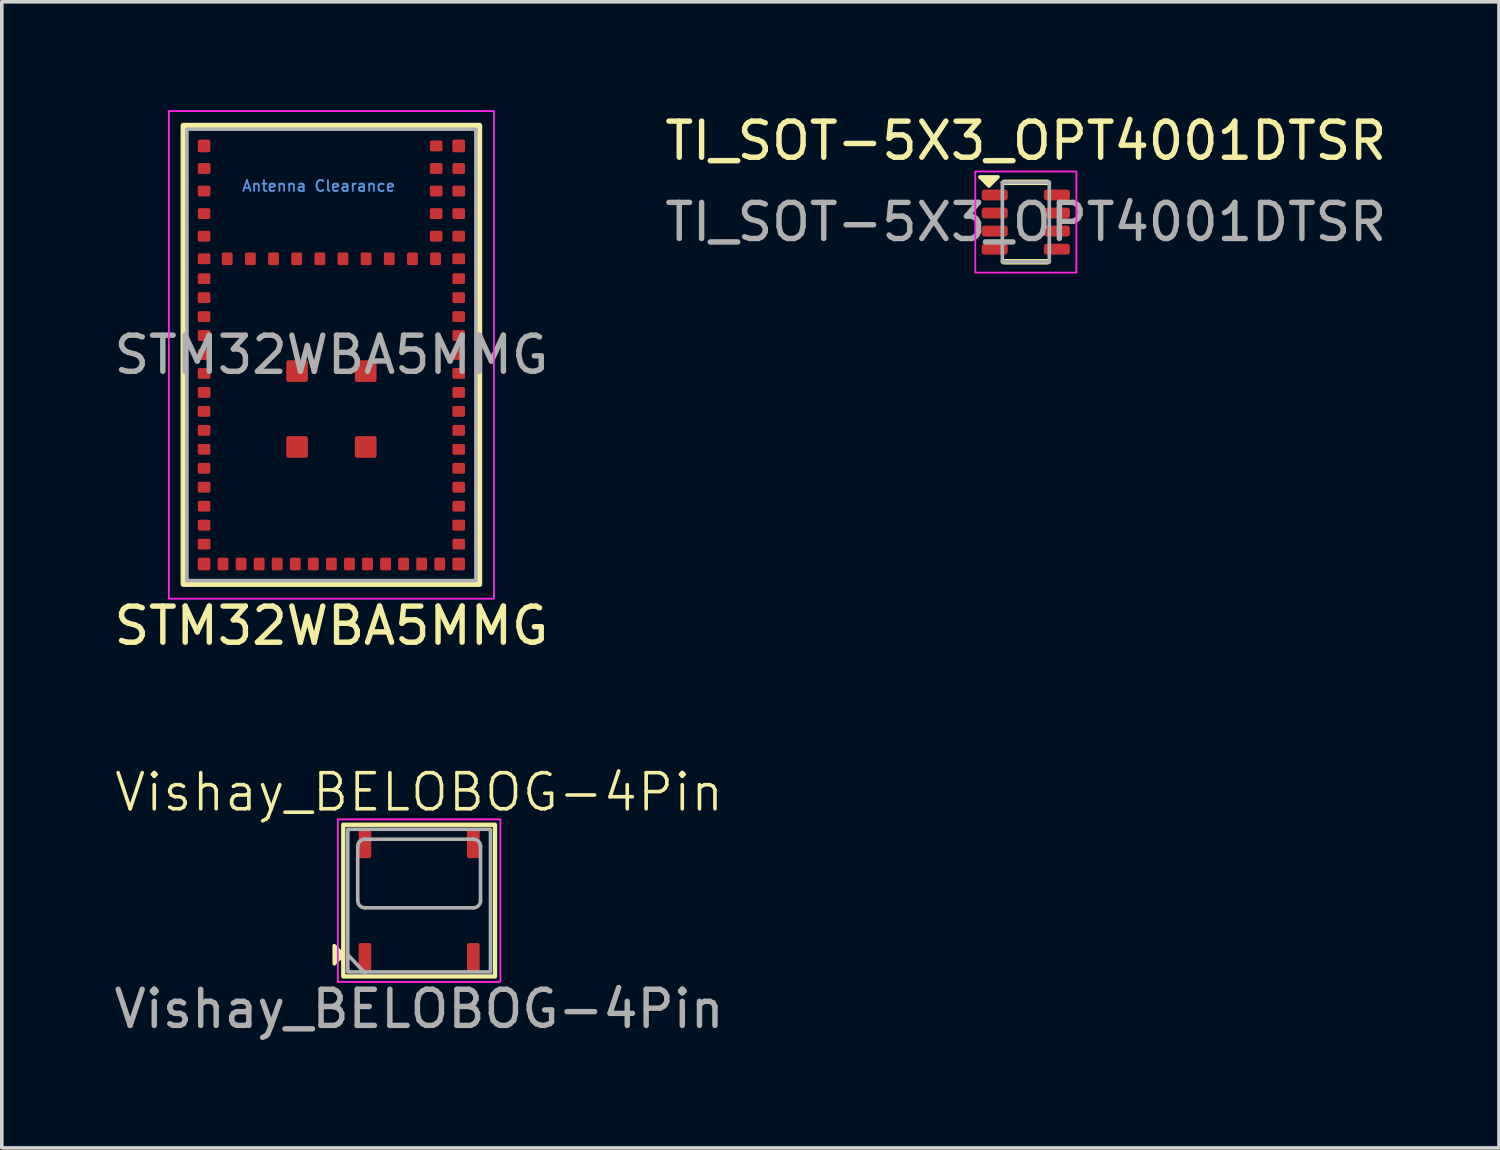
<source format=kicad_pcb>
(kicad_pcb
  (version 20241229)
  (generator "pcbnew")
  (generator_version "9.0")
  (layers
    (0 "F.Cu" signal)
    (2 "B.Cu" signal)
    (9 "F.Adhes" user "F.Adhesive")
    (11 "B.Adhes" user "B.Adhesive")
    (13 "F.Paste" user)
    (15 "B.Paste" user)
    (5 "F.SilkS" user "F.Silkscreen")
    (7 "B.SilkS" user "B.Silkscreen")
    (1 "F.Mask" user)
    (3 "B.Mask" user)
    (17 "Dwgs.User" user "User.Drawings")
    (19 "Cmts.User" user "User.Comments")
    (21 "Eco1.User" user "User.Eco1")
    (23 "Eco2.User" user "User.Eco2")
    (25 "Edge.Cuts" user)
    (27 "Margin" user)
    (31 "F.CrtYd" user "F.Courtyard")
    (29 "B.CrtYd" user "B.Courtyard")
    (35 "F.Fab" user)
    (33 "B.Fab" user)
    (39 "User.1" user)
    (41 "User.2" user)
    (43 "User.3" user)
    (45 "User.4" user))
  (footprint "STM32WBA5MMG"
    (layer "F.Cu")
    (at 6.125 6.775)
    (property "Reference" "STM32WBA5MMG" (at 0 7.5 0) (unlocked yes) (layer "F.SilkS") (effects (font (size 1 1) (thickness 0.15))))
    (attr smd)
    (fp_rect (start -4.1 -6.35) (end 4.1 6.35) (stroke (width 0.15) (type solid)) (fill no) (layer "F.SilkS"))
    (fp_rect (start -4.5 -6.75) (end 4.5 6.75) (stroke (width 0.05) (type solid)) (fill no) (layer "F.CrtYd"))
    (fp_rect (start -4 -6.25) (end 4 6.25) (stroke (width 0.1) (type solid)) (fill no) (layer "F.Fab"))
    (fp_text user "Antenna Clearance" (at -2.5 -4.5 0) (unlocked yes) (layer "Cmts.User") (effects (font (size 0.3 0.3) (thickness 0.05) (bold yes)) (justify left bottom)))
    (fp_text user "${REFERENCE}" (at 0 0 0) (unlocked yes) (layer "F.Fab") (effects (font (size 1 1) (thickness 0.15))))
    (pad "1" smd roundrect (at -3.525 -5.785) (size 0.35 0.35) (layers "F.Cu" "F.Mask" "F.Paste") (roundrect_rratio 0.15))
    (pad "2" smd roundrect (at -3.525 -5.16) (size 0.35 0.3) (layers "F.Cu" "F.Mask" "F.Paste") (roundrect_rratio 0.15))
    (pad "3" smd roundrect (at -3.525 -4.535) (size 0.35 0.3) (layers "F.Cu" "F.Mask" "F.Paste") (roundrect_rratio 0.15))
    (pad "4" smd roundrect (at -3.525 -3.91) (size 0.35 0.3) (layers "F.Cu" "F.Mask" "F.Paste") (roundrect_rratio 0.15))
    (pad "5" smd roundrect (at -3.525 -3.285) (size 0.35 0.3) (layers "F.Cu" "F.Mask" "F.Paste") (roundrect_rratio 0.15))
    (pad "6" smd roundrect (at -3.525 -2.66) (size 0.35 0.3) (layers "F.Cu" "F.Mask" "F.Paste") (roundrect_rratio 0.15))
    (pad "7" smd roundrect (at -3.525 -2.11) (size 0.35 0.3) (layers "F.Cu" "F.Mask" "F.Paste") (roundrect_rratio 0.15))
    (pad "8" smd roundrect (at -3.525 -1.585) (size 0.35 0.3) (layers "F.Cu" "F.Mask" "F.Paste") (roundrect_rratio 0.15))
    (pad "9" smd roundrect (at -3.525 -1.06) (size 0.35 0.3) (layers "F.Cu" "F.Mask" "F.Paste") (roundrect_rratio 0.15))
    (pad "10" smd roundrect (at -3.525 -0.535) (size 0.35 0.3) (layers "F.Cu" "F.Mask" "F.Paste") (roundrect_rratio 0.15))
    (pad "11" smd roundrect (at -3.525 -0.01) (size 0.35 0.3) (layers "F.Cu" "F.Mask" "F.Paste") (roundrect_rratio 0.15))
    (pad "12" smd roundrect (at -3.525 0.515) (size 0.35 0.3) (layers "F.Cu" "F.Mask" "F.Paste") (roundrect_rratio 0.15))
    (pad "13" smd roundrect (at -3.525 1.04) (size 0.35 0.3) (layers "F.Cu" "F.Mask" "F.Paste") (roundrect_rratio 0.15))
    (pad "14" smd roundrect (at -3.525 1.565) (size 0.35 0.3) (layers "F.Cu" "F.Mask" "F.Paste") (roundrect_rratio 0.15))
    (pad "15" smd roundrect (at -3.525 2.09) (size 0.35 0.3) (layers "F.Cu" "F.Mask" "F.Paste") (roundrect_rratio 0.15))
    (pad "16" smd roundrect (at -3.525 2.615) (size 0.35 0.3) (layers "F.Cu" "F.Mask" "F.Paste") (roundrect_rratio 0.15))
    (pad "17" smd roundrect (at -3.525 3.14) (size 0.35 0.3) (layers "F.Cu" "F.Mask" "F.Paste") (roundrect_rratio 0.15))
    (pad "18" smd roundrect (at -3.525 3.665) (size 0.35 0.3) (layers "F.Cu" "F.Mask" "F.Paste") (roundrect_rratio 0.15))
    (pad "19" smd roundrect (at -3.525 4.19) (size 0.35 0.3) (layers "F.Cu" "F.Mask" "F.Paste") (roundrect_rratio 0.15))
    (pad "20" smd roundrect (at -3.525 4.715) (size 0.35 0.3) (layers "F.Cu" "F.Mask" "F.Paste") (roundrect_rratio 0.15))
    (pad "21" smd roundrect (at -3.525 5.24) (size 0.35 0.3) (layers "F.Cu" "F.Mask" "F.Paste") (roundrect_rratio 0.15))
    (pad "22" smd roundrect (at -3.525 5.79) (size 0.35 0.35) (layers "F.Cu" "F.Mask" "F.Paste") (roundrect_rratio 0.15))
    (pad "23" smd roundrect (at -3 5.79) (size 0.3 0.35) (layers "F.Cu" "F.Mask" "F.Paste") (roundrect_rratio 0.15))
    (pad "24" smd roundrect (at -2.5 5.79) (size 0.3 0.35) (layers "F.Cu" "F.Mask" "F.Paste") (roundrect_rratio 0.15))
    (pad "25" smd roundrect (at -2 5.79) (size 0.3 0.35) (layers "F.Cu" "F.Mask" "F.Paste") (roundrect_rratio 0.15))
    (pad "26" smd roundrect (at -1.5 5.79) (size 0.3 0.35) (layers "F.Cu" "F.Mask" "F.Paste") (roundrect_rratio 0.15))
    (pad "27" smd roundrect (at -1 5.79) (size 0.3 0.35) (layers "F.Cu" "F.Mask" "F.Paste") (roundrect_rratio 0.15))
    (pad "28" smd roundrect (at -0.5 5.79) (size 0.3 0.35) (layers "F.Cu" "F.Mask" "F.Paste") (roundrect_rratio 0.15))
    (pad "29" smd roundrect (at 0 5.79) (size 0.3 0.35) (layers "F.Cu" "F.Mask" "F.Paste") (roundrect_rratio 0.15))
    (pad "30" smd roundrect (at 0.5 5.79) (size 0.3 0.35) (layers "F.Cu" "F.Mask" "F.Paste") (roundrect_rratio 0.15))
    (pad "31" smd roundrect (at 1 5.79) (size 0.3 0.35) (layers "F.Cu" "F.Mask" "F.Paste") (roundrect_rratio 0.15))
    (pad "32" smd roundrect (at 1.5 5.79) (size 0.3 0.35) (layers "F.Cu" "F.Mask" "F.Paste") (roundrect_rratio 0.15))
    (pad "33" smd roundrect (at 2 5.79) (size 0.3 0.35) (layers "F.Cu" "F.Mask" "F.Paste") (roundrect_rratio 0.15))
    (pad "34" smd roundrect (at 2.5 5.79) (size 0.3 0.35) (layers "F.Cu" "F.Mask" "F.Paste") (roundrect_rratio 0.15))
    (pad "35" smd roundrect (at 3 5.79) (size 0.3 0.35) (layers "F.Cu" "F.Mask" "F.Paste") (roundrect_rratio 0.15))
    (pad "36" smd roundrect (at 3.525 5.79) (size 0.35 0.35) (layers "F.Cu" "F.Mask" "F.Paste") (roundrect_rratio 0.15))
    (pad "37" smd roundrect (at 3.525 5.24) (size 0.35 0.3) (layers "F.Cu" "F.Mask" "F.Paste") (roundrect_rratio 0.15))
    (pad "38" smd roundrect (at 3.525 4.715) (size 0.35 0.3) (layers "F.Cu" "F.Mask" "F.Paste") (roundrect_rratio 0.15))
    (pad "39" smd roundrect (at 3.525 4.19) (size 0.35 0.3) (layers "F.Cu" "F.Mask" "F.Paste") (roundrect_rratio 0.15))
    (pad "40" smd roundrect (at 3.525 3.665) (size 0.35 0.3) (layers "F.Cu" "F.Mask" "F.Paste") (roundrect_rratio 0.15))
    (pad "41" smd roundrect (at 3.525 3.14) (size 0.35 0.3) (layers "F.Cu" "F.Mask" "F.Paste") (roundrect_rratio 0.15))
    (pad "42" smd roundrect (at 3.525 2.615) (size 0.35 0.3) (layers "F.Cu" "F.Mask" "F.Paste") (roundrect_rratio 0.15))
    (pad "43" smd roundrect (at 3.525 2.09) (size 0.35 0.3) (layers "F.Cu" "F.Mask" "F.Paste") (roundrect_rratio 0.15))
    (pad "44" smd roundrect (at 3.525 1.565) (size 0.35 0.3) (layers "F.Cu" "F.Mask" "F.Paste") (roundrect_rratio 0.15))
    (pad "45" smd roundrect (at 3.525 1.04) (size 0.35 0.3) (layers "F.Cu" "F.Mask" "F.Paste") (roundrect_rratio 0.15))
    (pad "46" smd roundrect (at 3.525 0.515) (size 0.35 0.3) (layers "F.Cu" "F.Mask" "F.Paste") (roundrect_rratio 0.15))
    (pad "47" smd roundrect (at 3.525 -0.01) (size 0.35 0.3) (layers "F.Cu" "F.Mask" "F.Paste") (roundrect_rratio 0.15))
    (pad "48" smd roundrect (at 3.525 -0.535) (size 0.35 0.3) (layers "F.Cu" "F.Mask" "F.Paste") (roundrect_rratio 0.15))
    (pad "49" smd roundrect (at 3.525 -1.06) (size 0.35 0.3) (layers "F.Cu" "F.Mask" "F.Paste") (roundrect_rratio 0.15))
    (pad "50" smd roundrect (at 3.525 -1.585) (size 0.35 0.3) (layers "F.Cu" "F.Mask" "F.Paste") (roundrect_rratio 0.15))
    (pad "51" smd roundrect (at 3.525 -2.11) (size 0.35 0.3) (layers "F.Cu" "F.Mask" "F.Paste") (roundrect_rratio 0.15))
    (pad "52" smd roundrect (at 3.525 -2.66) (size 0.35 0.3) (layers "F.Cu" "F.Mask" "F.Paste") (roundrect_rratio 0.15))
    (pad "53" smd roundrect (at 3.525 -3.285) (size 0.35 0.3) (layers "F.Cu" "F.Mask" "F.Paste") (roundrect_rratio 0.15))
    (pad "54" smd roundrect (at 3.525 -3.91) (size 0.35 0.3) (layers "F.Cu" "F.Mask" "F.Paste") (roundrect_rratio 0.15))
    (pad "55" smd roundrect (at 3.525 -4.535) (size 0.35 0.3) (layers "F.Cu" "F.Mask" "F.Paste") (roundrect_rratio 0.15))
    (pad "56" smd roundrect (at 3.525 -5.16) (size 0.35 0.3) (layers "F.Cu" "F.Mask" "F.Paste") (roundrect_rratio 0.15))
    (pad "57" smd roundrect (at 3.525 -5.785) (size 0.35 0.35) (layers "F.Cu" "F.Mask" "F.Paste") (roundrect_rratio 0.15))
    (pad "58" smd roundrect (at 2.9 -5.785) (size 0.35 0.3) (layers "F.Cu" "F.Mask" "F.Paste") (roundrect_rratio 0.15))
    (pad "59" smd roundrect (at 2.9 -5.16) (size 0.35 0.3) (layers "F.Cu" "F.Mask" "F.Paste") (roundrect_rratio 0.15))
    (pad "60" smd roundrect (at 2.9 -4.535) (size 0.35 0.3) (layers "F.Cu" "F.Mask" "F.Paste") (roundrect_rratio 0.15))
    (pad "61" smd roundrect (at 2.9 -3.91) (size 0.35 0.3) (layers "F.Cu" "F.Mask" "F.Paste") (roundrect_rratio 0.15))
    (pad "62" smd roundrect (at 2.9 -3.285) (size 0.35 0.3) (layers "F.Cu" "F.Mask" "F.Paste") (roundrect_rratio 0.15))
    (pad "63" smd roundrect (at 2.884 -2.66) (size 0.3 0.35) (layers "F.Cu" "F.Mask" "F.Paste") (roundrect_rratio 0.15))
    (pad "64" smd roundrect (at 2.243 -2.66) (size 0.3 0.35) (layers "F.Cu" "F.Mask" "F.Paste") (roundrect_rratio 0.15))
    (pad "65" smd roundrect (at 1.602 -2.66) (size 0.3 0.35) (layers "F.Cu" "F.Mask" "F.Paste") (roundrect_rratio 0.15))
    (pad "66" smd roundrect (at 0.961 -2.66) (size 0.3 0.35) (layers "F.Cu" "F.Mask" "F.Paste") (roundrect_rratio 0.15))
    (pad "67" smd roundrect (at 0.32 -2.66) (size 0.3 0.35) (layers "F.Cu" "F.Mask" "F.Paste") (roundrect_rratio 0.15))
    (pad "68" smd roundrect (at -0.32 -2.66) (size 0.3 0.35) (layers "F.Cu" "F.Mask" "F.Paste") (roundrect_rratio 0.15))
    (pad "69" smd roundrect (at -0.961 -2.66) (size 0.3 0.35) (layers "F.Cu" "F.Mask" "F.Paste") (roundrect_rratio 0.15))
    (pad "70" smd roundrect (at -1.602 -2.66) (size 0.3 0.35) (layers "F.Cu" "F.Mask" "F.Paste") (roundrect_rratio 0.15))
    (pad "71" smd roundrect (at -2.243 -2.66) (size 0.3 0.35) (layers "F.Cu" "F.Mask" "F.Paste") (roundrect_rratio 0.15))
    (pad "72" smd roundrect (at -2.884 -2.66) (size 0.3 0.35) (layers "F.Cu" "F.Mask" "F.Paste") (roundrect_rratio 0.15))
    (pad "73" smd roundrect (at 0.95 0.45) (size 0.6 0.6) (layers "F.Cu" "F.Mask" "F.Paste") (roundrect_rratio 0.1))
    (pad "74" smd roundrect (at 0.95 2.55) (size 0.6 0.6) (layers "F.Cu" "F.Mask" "F.Paste") (roundrect_rratio 0.1))
    (pad "75" smd roundrect (at -0.95 2.55) (size 0.6 0.6) (layers "F.Cu" "F.Mask" "F.Paste") (roundrect_rratio 0.1))
    (pad "76" smd roundrect (at -0.95 0.45) (size 0.6 0.6) (layers "F.Cu" "F.Mask" "F.Paste") (roundrect_rratio 0.1))
    (zone (net_name "") (layers "F.Cu" "B.Cu") (name "antenna_clearance") (hatch edge 0.5) (connect_pads) (min_thickness 0.25) (filled_areas_thickness no) (keepout (tracks not_allowed) (vias not_allowed) (pads not_allowed) (copperpour not_allowed) (footprints not_allowed)) (placement (enabled no)) (fill) (polygon (pts (xy 8.575 1.915) (xy 9.945 1.915) (xy 9.945 1.315) (xy 8.575 1.315) (xy 8.575 0.525) (xy 2.925 0.525) (xy 2.925 1.275) (xy 1.075 1.275) (xy 1.075 3.775) (xy 8.575 3.775)))))
  (footprint "Vishay_BELOBOG-4Pin"
    (layer "F.Cu")
    (at 8.554 21.884)
    (property "Reference" "Vishay_BELOBOG-4Pin" (at 0 -3 0) (unlocked yes) (layer "F.SilkS") (effects (font (size 1 1) (thickness 0.1))))
    (attr smd)
    (fp_rect (start -2.1 2.1) (end 2.1 -2.1) (stroke (width 0.12) (type solid)) (fill no) (layer "F.SilkS"))
    (fp_poly (pts (xy -2.1 1.5) (xy -2.35 1.25) (xy -2.35 1.75)) (stroke (width 0.1) (type solid)) (fill yes) (layer "F.SilkS"))
    (fp_rect (start -2.25 2.25) (end 2.25 -2.25) (stroke (width 0.05) (type solid)) (fill no) (layer "F.CrtYd"))
    (fp_line (start -1.975 1.5) (end -1.5 2) (stroke (width 0.1) (type default)) (layer "F.Fab"))
    (fp_line (start -1.7 -1.5) (end -1.7 0) (stroke (width 0.1) (type default)) (layer "F.Fab"))
    (fp_line (start -1.5 0.2) (end 1.5 0.2) (stroke (width 0.1) (type default)) (layer "F.Fab"))
    (fp_line (start 1.5 -1.7) (end -1.5 -1.7) (stroke (width 0.1) (type default)) (layer "F.Fab"))
    (fp_line (start 1.7 0) (end 1.7 -1.5) (stroke (width 0.1) (type default)) (layer "F.Fab"))
    (fp_rect (start -1.975 1.975) (end 1.975 -1.975) (stroke (width 0.1) (type solid)) (fill no) (layer "F.Fab"))
    (fp_arc (start -1.7 -1.5) (mid -1.641421 -1.641421) (end -1.5 -1.7) (stroke (width 0.1) (type default)) (layer "F.Fab"))
    (fp_arc (start -1.5 0.2) (mid -1.641421 0.141421) (end -1.7 0) (stroke (width 0.1) (type default)) (layer "F.Fab"))
    (fp_arc (start 1.5 -1.7) (mid 1.641421 -1.641421) (end 1.7 -1.5) (stroke (width 0.1) (type default)) (layer "F.Fab"))
    (fp_arc (start 1.7 0) (mid 1.641421 0.141421) (end 1.5 0.2) (stroke (width 0.1) (type default)) (layer "F.Fab"))
    (fp_text user "${REFERENCE}" (at 0 3 0) (unlocked yes) (layer "F.Fab") (effects (font (size 1 1) (thickness 0.15))))
    (pad "1" smd roundrect (at -1.5 1.575) (size 0.35 0.8) (layers "F.Cu" "F.Mask" "F.Paste") (roundrect_rratio 0.15))
    (pad "5" smd roundrect (at 1.5 1.575) (size 0.35 0.8) (layers "F.Cu" "F.Mask" "F.Paste") (roundrect_rratio 0.15))
    (pad "6" smd roundrect (at 1.5 -1.575) (size 0.35 0.8) (layers "F.Cu" "F.Mask" "F.Paste") (roundrect_rratio 0.15))
    (pad "8" smd roundrect (at -1.5 -1.575) (size 0.35 0.8) (layers "F.Cu" "F.Mask" "F.Paste") (roundrect_rratio 0.15)))
  (footprint "TI_SOT-5X3_OPT4001DTSR"
    (layer "F.Cu")
    (at 25.351 3.098)
    (property "Reference" "TI_SOT-5X3_OPT4001DTSR" (at 0 -2.25 0) (unlocked yes) (layer "F.SilkS") (effects (font (size 1 1) (thickness 0.15))))
    (attr smd)
    (fp_line (start -0.6 -1.1) (end 0.6 -1.1) (stroke (width 0.15) (type solid)) (layer "F.SilkS"))
    (fp_line (start -0.6 1.1) (end 0.6 1.1) (stroke (width 0.15) (type solid)) (layer "F.SilkS"))
    (fp_poly (pts (xy -0.771 -1.25) (xy -1.021 -1) (xy -1.271 -1.25)) (stroke (width 0.1) (type solid)) (fill yes) (layer "F.SilkS"))
    (fp_rect (start -1.4 -1.4) (end 1.4 1.4) (stroke (width 0.05) (type default)) (fill no) (layer "F.CrtYd"))
    (fp_line (start -0.65 -1.1) (end 0.65 -1.1) (stroke (width 0.1) (type solid)) (layer "F.Fab"))
    (fp_line (start -0.65 1.1) (end -0.65 -1.1) (stroke (width 0.1) (type solid)) (layer "F.Fab"))
    (fp_line (start -0.65 1.1) (end 0.65 1.1) (stroke (width 0.1) (type solid)) (layer "F.Fab"))
    (fp_line (start 0.65 1.1) (end 0.65 -1.1) (stroke (width 0.1) (type solid)) (layer "F.Fab"))
    (fp_text user "${REFERENCE}" (at 0 0 0) (unlocked yes) (layer "F.Fab") (effects (font (size 1 1) (thickness 0.15))))
    (pad "1" smd roundrect (at -0.86 -0.75) (size 0.72 0.3) (layers "F.Cu" "F.Mask" "F.Paste") (roundrect_rratio 0.25))
    (pad "2" smd roundrect (at -0.86 -0.25) (size 0.72 0.3) (layers "F.Cu" "F.Mask" "F.Paste") (roundrect_rratio 0.25))
    (pad "3" smd roundrect (at -0.86 0.25) (size 0.72 0.3) (layers "F.Cu" "F.Mask" "F.Paste") (roundrect_rratio 0.25))
    (pad "4" smd roundrect (at -0.86 0.75) (size 0.72 0.3) (layers "F.Cu" "F.Mask" "F.Paste") (roundrect_rratio 0.25))
    (pad "5" smd roundrect (at 0.86 0.75) (size 0.72 0.3) (layers "F.Cu" "F.Mask" "F.Paste") (roundrect_rratio 0.25))
    (pad "6" smd roundrect (at 0.86 0.25) (size 0.72 0.3) (layers "F.Cu" "F.Mask" "F.Paste") (roundrect_rratio 0.25))
    (pad "7" smd roundrect (at 0.86 -0.25) (size 0.72 0.3) (layers "F.Cu" "F.Mask" "F.Paste") (roundrect_rratio 0.25))
    (pad "8" smd roundrect (at 0.86 -0.75) (size 0.72 0.3) (layers "F.Cu" "F.Mask" "F.Paste") (roundrect_rratio 0.25)))
  (gr_rect
    (start -3 -3)
    (end 38.452 28.732)
    (stroke (width 0.1) (type default))
    (fill no)
    (layer "Edge.Cuts")))
</source>
